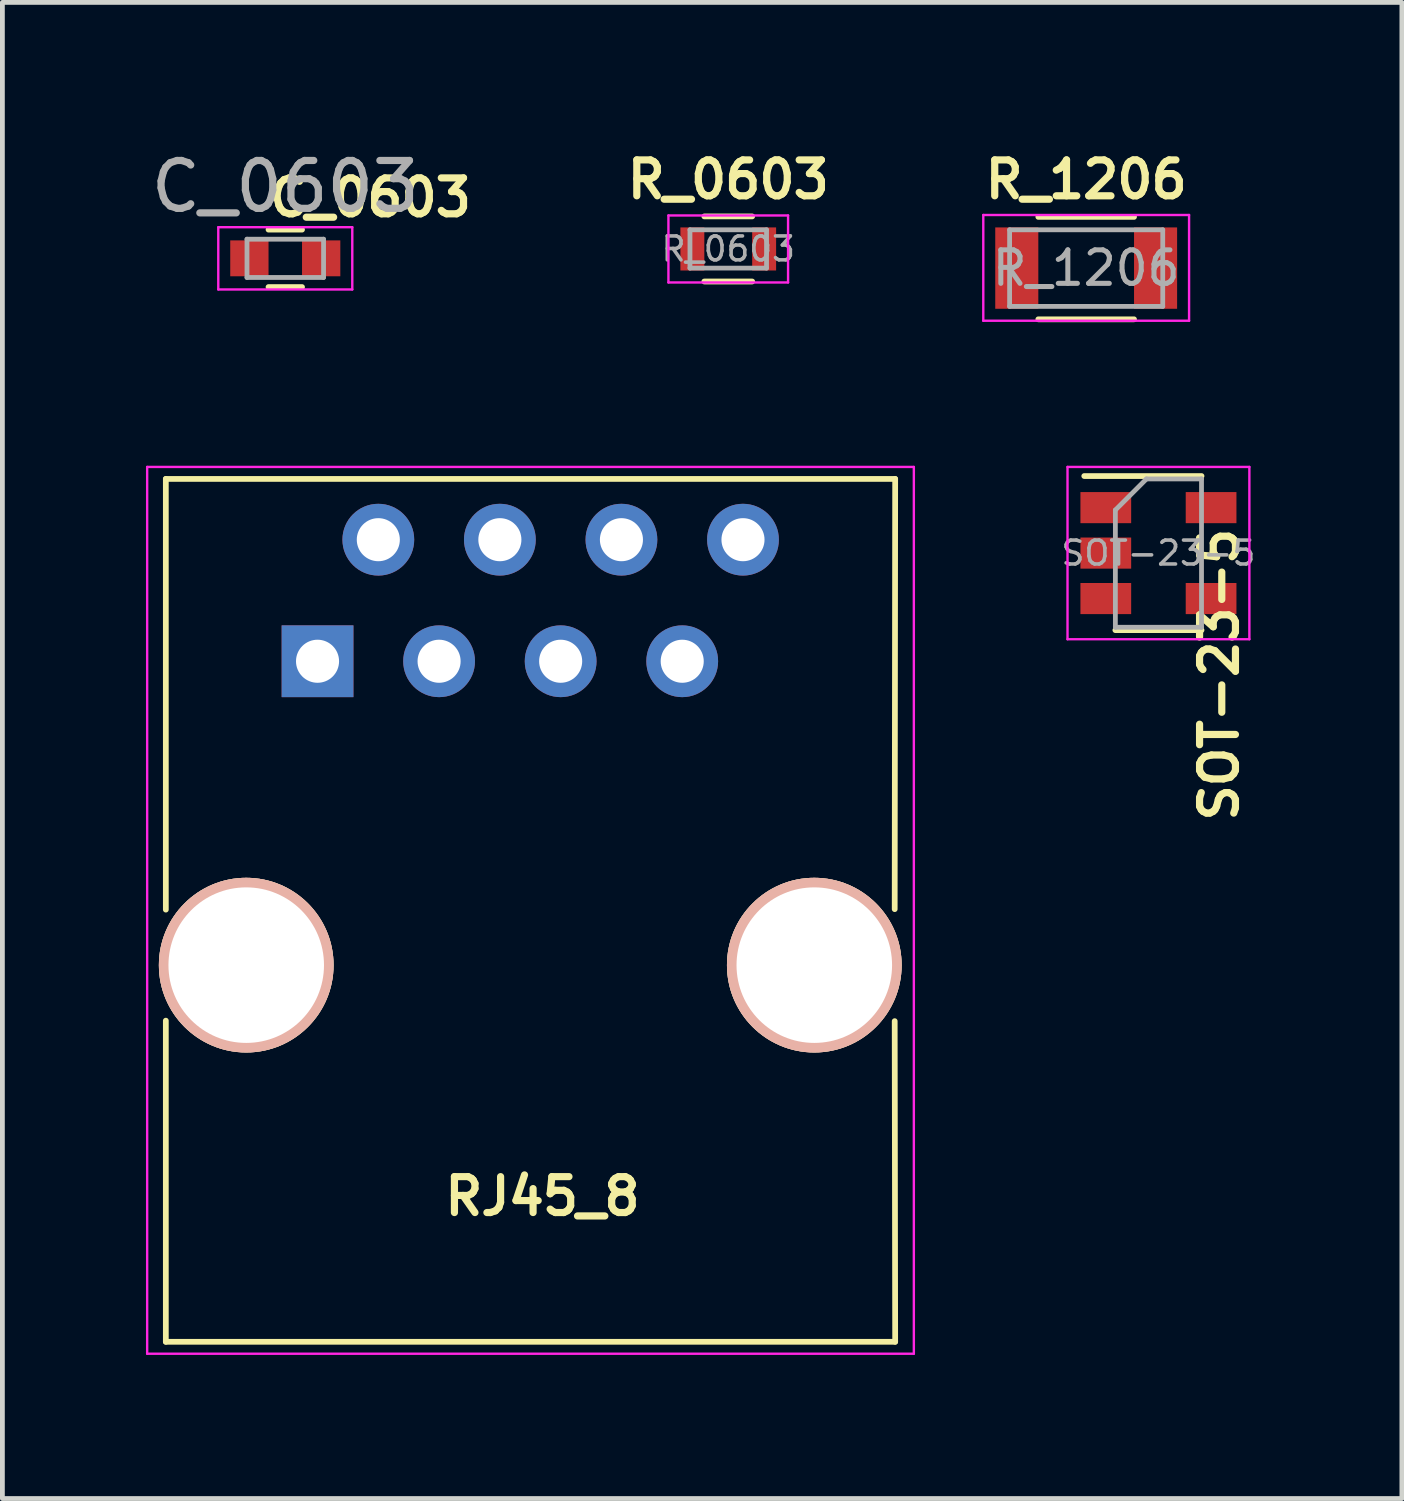
<source format=kicad_pcb>
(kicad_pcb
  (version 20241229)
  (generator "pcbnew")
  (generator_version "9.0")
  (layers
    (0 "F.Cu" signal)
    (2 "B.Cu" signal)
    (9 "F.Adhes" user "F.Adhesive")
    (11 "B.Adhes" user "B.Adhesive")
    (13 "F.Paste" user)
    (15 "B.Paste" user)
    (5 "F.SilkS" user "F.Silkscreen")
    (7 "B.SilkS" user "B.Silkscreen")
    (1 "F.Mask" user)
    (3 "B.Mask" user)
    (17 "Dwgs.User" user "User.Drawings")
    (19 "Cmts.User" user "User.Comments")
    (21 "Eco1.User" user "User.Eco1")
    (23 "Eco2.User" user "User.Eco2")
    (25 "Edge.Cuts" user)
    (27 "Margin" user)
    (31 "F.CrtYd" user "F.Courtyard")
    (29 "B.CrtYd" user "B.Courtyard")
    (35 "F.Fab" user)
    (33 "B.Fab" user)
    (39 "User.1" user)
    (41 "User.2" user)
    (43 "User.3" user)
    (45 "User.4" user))
  (footprint "RJ45_8"
    (layer "F.Cu")
    (at 3.585 10.767)
    (property "Reference" "RJ45_8" (at 4.7 11.18 0) (layer "F.SilkS") (effects (font (size 0.75 0.75) (thickness 0.15))))
    (attr through_hole)
    (fp_line (start -3.17 -3.81) (end -3.17 5.19) (stroke (width 0.12) (type solid)) (layer "F.SilkS"))
    (fp_line (start -3.17 7.51) (end -3.17 14.22) (stroke (width 0.12) (type solid)) (layer "F.SilkS"))
    (fp_line (start -3.17 14.22) (end 12.07 14.22) (stroke (width 0.12) (type solid)) (layer "F.SilkS"))
    (fp_line (start 12.06 7.52) (end 12.07 14.22) (stroke (width 0.12) (type solid)) (layer "F.SilkS"))
    (fp_line (start 12.07 -3.81) (end -3.17 -3.81) (stroke (width 0.12) (type solid)) (layer "F.SilkS"))
    (fp_line (start 12.07 -3.81) (end 12.06 5.18) (stroke (width 0.12) (type solid)) (layer "F.SilkS"))
    (fp_line (start -3.56 -4.06) (end -3.56 14.47) (stroke (width 0.05) (type solid)) (layer "F.CrtYd"))
    (fp_line (start -3.56 -4.06) (end 12.46 -4.06) (stroke (width 0.05) (type solid)) (layer "F.CrtYd"))
    (fp_line (start 12.46 14.47) (end -3.56 14.47) (stroke (width 0.05) (type solid)) (layer "F.CrtYd"))
    (fp_line (start 12.46 14.47) (end 12.46 -4.06) (stroke (width 0.05) (type solid)) (layer "F.CrtYd"))
    (pad "" np_thru_hole circle (at -1.49 6.35) (size 3.65 3.65) (drill 3.25) (layers "*.Cu" "*.SilkS" "*.Mask"))
    (pad "" np_thru_hole circle (at 10.38 6.35) (size 3.65 3.65) (drill 3.25) (layers "*.Cu" "*.SilkS" "*.Mask"))
    (pad "1" thru_hole rect (at 0 0) (size 1.5 1.5) (drill 0.9) (layers "*.Cu" "*.Mask"))
    (pad "2" thru_hole circle (at 1.27 -2.54) (size 1.5 1.5) (drill 0.9) (layers "*.Cu" "*.Mask"))
    (pad "3" thru_hole circle (at 2.54 0) (size 1.5 1.5) (drill 0.9) (layers "*.Cu" "*.Mask"))
    (pad "4" thru_hole circle (at 3.81 -2.54) (size 1.5 1.5) (drill 0.9) (layers "*.Cu" "*.Mask"))
    (pad "5" thru_hole circle (at 5.08 0) (size 1.5 1.5) (drill 0.9) (layers "*.Cu" "*.Mask"))
    (pad "6" thru_hole circle (at 6.35 -2.54) (size 1.5 1.5) (drill 0.9) (layers "*.Cu" "*.Mask"))
    (pad "7" thru_hole circle (at 7.62 0) (size 1.5 1.5) (drill 0.9) (layers "*.Cu" "*.Mask"))
    (pad "8" thru_hole circle (at 8.89 -2.54) (size 1.5 1.5) (drill 0.9) (layers "*.Cu" "*.Mask")))
  (footprint "SOT-23-5"
    (layer "F.Cu")
    (at 21.156 8.507)
    (property "Reference" "SOT-23-5" (at 1.27 2.54 90) (layer "F.SilkS") (effects (font (size 0.75 0.75) (thickness 0.15))))
    (attr smd)
    (fp_line (start -0.9 1.61) (end 0.9 1.61) (stroke (width 0.12) (type solid)) (layer "F.SilkS"))
    (fp_line (start 0.9 -1.61) (end -1.55 -1.61) (stroke (width 0.12) (type solid)) (layer "F.SilkS"))
    (fp_line (start -1.9 -1.8) (end 1.9 -1.8) (stroke (width 0.05) (type solid)) (layer "F.CrtYd"))
    (fp_line (start -1.9 1.8) (end -1.9 -1.8) (stroke (width 0.05) (type solid)) (layer "F.CrtYd"))
    (fp_line (start 1.9 -1.8) (end 1.9 1.8) (stroke (width 0.05) (type solid)) (layer "F.CrtYd"))
    (fp_line (start 1.9 1.8) (end -1.9 1.8) (stroke (width 0.05) (type solid)) (layer "F.CrtYd"))
    (fp_line (start -0.9 -0.9) (end -0.9 1.55) (stroke (width 0.1) (type solid)) (layer "F.Fab"))
    (fp_line (start -0.9 -0.9) (end -0.25 -1.55) (stroke (width 0.1) (type solid)) (layer "F.Fab"))
    (fp_line (start 0.9 -1.55) (end -0.25 -1.55) (stroke (width 0.1) (type solid)) (layer "F.Fab"))
    (fp_line (start 0.9 -1.55) (end 0.9 1.55) (stroke (width 0.1) (type solid)) (layer "F.Fab"))
    (fp_line (start 0.9 1.55) (end -0.9 1.55) (stroke (width 0.1) (type solid)) (layer "F.Fab"))
    (fp_text user "${REFERENCE}" (at 0 0 0) (layer "F.Fab") (effects (font (size 0.5 0.5) (thickness 0.075))))
    (pad "1" smd rect (at -1.1 -0.95) (size 1.06 0.65) (layers "F.Cu" "F.Mask" "F.Paste"))
    (pad "2" smd rect (at -1.1 0) (size 1.06 0.65) (layers "F.Cu" "F.Mask" "F.Paste"))
    (pad "3" smd rect (at -1.1 0.95) (size 1.06 0.65) (layers "F.Cu" "F.Mask" "F.Paste"))
    (pad "4" smd rect (at 1.1 0.95) (size 1.06 0.65) (layers "F.Cu" "F.Mask" "F.Paste"))
    (pad "5" smd rect (at 1.1 -0.95) (size 1.06 0.65) (layers "F.Cu" "F.Mask" "F.Paste")))
  (footprint "C_0603"
    (layer "F.Cu")
    (at 2.911 2.348)
    (property "Reference" "C_0603" (at 1.778 -1.27 180) (layer "F.SilkS") (effects (font (size 0.75 0.75) (thickness 0.15))))
    (attr smd)
    (fp_line (start -0.35 -0.6) (end 0.35 -0.6) (stroke (width 0.12) (type solid)) (layer "F.SilkS"))
    (fp_line (start 0.35 0.6) (end -0.35 0.6) (stroke (width 0.12) (type solid)) (layer "F.SilkS"))
    (fp_line (start -1.4 -0.65) (end -1.4 0.65) (stroke (width 0.05) (type solid)) (layer "F.CrtYd"))
    (fp_line (start -1.4 -0.65) (end 1.4 -0.65) (stroke (width 0.05) (type solid)) (layer "F.CrtYd"))
    (fp_line (start 1.4 0.65) (end -1.4 0.65) (stroke (width 0.05) (type solid)) (layer "F.CrtYd"))
    (fp_line (start 1.4 0.65) (end 1.4 -0.65) (stroke (width 0.05) (type solid)) (layer "F.CrtYd"))
    (fp_line (start -0.8 -0.4) (end 0.8 -0.4) (stroke (width 0.1) (type solid)) (layer "F.Fab"))
    (fp_line (start -0.8 0.4) (end -0.8 -0.4) (stroke (width 0.1) (type solid)) (layer "F.Fab"))
    (fp_line (start 0.8 -0.4) (end 0.8 0.4) (stroke (width 0.1) (type solid)) (layer "F.Fab"))
    (fp_line (start 0.8 0.4) (end -0.8 0.4) (stroke (width 0.1) (type solid)) (layer "F.Fab"))
    (fp_text user "${REFERENCE}" (at 0 -1.5 0) (layer "F.Fab") (effects (font (size 1 1) (thickness 0.15))))
    (pad "1" smd rect (at -0.75 0) (size 0.8 0.75) (layers "F.Cu" "F.Mask" "F.Paste"))
    (pad "2" smd rect (at 0.75 0) (size 0.8 0.75) (layers "F.Cu" "F.Mask" "F.Paste")))
  (footprint "R_1206"
    (layer "F.Cu")
    (at 19.646 2.552)
    (property "Reference" "R_1206" (at 0 -1.85 0) (layer "F.SilkS") (effects (font (size 0.75 0.75) (thickness 0.15))))
    (attr smd)
    (fp_line (start -1 -1.07) (end 1 -1.07) (stroke (width 0.12) (type solid)) (layer "F.SilkS"))
    (fp_line (start 1 1.07) (end -1 1.07) (stroke (width 0.12) (type solid)) (layer "F.SilkS"))
    (fp_line (start -2.15 -1.11) (end -2.15 1.1) (stroke (width 0.05) (type solid)) (layer "F.CrtYd"))
    (fp_line (start -2.15 -1.11) (end 2.15 -1.11) (stroke (width 0.05) (type solid)) (layer "F.CrtYd"))
    (fp_line (start 2.15 1.1) (end -2.15 1.1) (stroke (width 0.05) (type solid)) (layer "F.CrtYd"))
    (fp_line (start 2.15 1.1) (end 2.15 -1.11) (stroke (width 0.05) (type solid)) (layer "F.CrtYd"))
    (fp_line (start -1.6 -0.8) (end 1.6 -0.8) (stroke (width 0.1) (type solid)) (layer "F.Fab"))
    (fp_line (start -1.6 0.8) (end -1.6 -0.8) (stroke (width 0.1) (type solid)) (layer "F.Fab"))
    (fp_line (start 1.6 -0.8) (end 1.6 0.8) (stroke (width 0.1) (type solid)) (layer "F.Fab"))
    (fp_line (start 1.6 0.8) (end -1.6 0.8) (stroke (width 0.1) (type solid)) (layer "F.Fab"))
    (fp_text user "${REFERENCE}" (at 0 0 0) (layer "F.Fab") (effects (font (size 0.7 0.7) (thickness 0.105))))
    (pad "1" smd rect (at -1.45 0) (size 0.9 1.7) (layers "F.Cu" "F.Mask" "F.Paste"))
    (pad "2" smd rect (at 1.45 0) (size 0.9 1.7) (layers "F.Cu" "F.Mask" "F.Paste")))
  (footprint "R_0603"
    (layer "F.Cu")
    (at 12.167 2.152)
    (property "Reference" "R_0603" (at 0 -1.45 0) (layer "F.SilkS") (effects (font (size 0.75 0.75) (thickness 0.15))))
    (attr smd)
    (fp_line (start -0.5 -0.68) (end 0.5 -0.68) (stroke (width 0.12) (type solid)) (layer "F.SilkS"))
    (fp_line (start 0.5 0.68) (end -0.5 0.68) (stroke (width 0.12) (type solid)) (layer "F.SilkS"))
    (fp_line (start -1.25 -0.7) (end -1.25 0.7) (stroke (width 0.05) (type solid)) (layer "F.CrtYd"))
    (fp_line (start -1.25 -0.7) (end 1.25 -0.7) (stroke (width 0.05) (type solid)) (layer "F.CrtYd"))
    (fp_line (start 1.25 0.7) (end -1.25 0.7) (stroke (width 0.05) (type solid)) (layer "F.CrtYd"))
    (fp_line (start 1.25 0.7) (end 1.25 -0.7) (stroke (width 0.05) (type solid)) (layer "F.CrtYd"))
    (fp_line (start -0.8 -0.4) (end 0.8 -0.4) (stroke (width 0.1) (type solid)) (layer "F.Fab"))
    (fp_line (start -0.8 0.4) (end -0.8 -0.4) (stroke (width 0.1) (type solid)) (layer "F.Fab"))
    (fp_line (start 0.8 -0.4) (end 0.8 0.4) (stroke (width 0.1) (type solid)) (layer "F.Fab"))
    (fp_line (start 0.8 0.4) (end -0.8 0.4) (stroke (width 0.1) (type solid)) (layer "F.Fab"))
    (fp_text user "${REFERENCE}" (at 0 0 0) (layer "F.Fab") (effects (font (size 0.5 0.5) (thickness 0.075))))
    (pad "1" smd rect (at -0.75 0) (size 0.5 0.9) (layers "F.Cu" "F.Mask" "F.Paste"))
    (pad "2" smd rect (at 0.75 0) (size 0.5 0.9) (layers "F.Cu" "F.Mask" "F.Paste")))
  (gr_rect
    (start -3 -3)
    (end 26.243 28.262)
    (stroke (width 0.1) (type default))
    (fill no)
    (layer "Edge.Cuts")))
</source>
